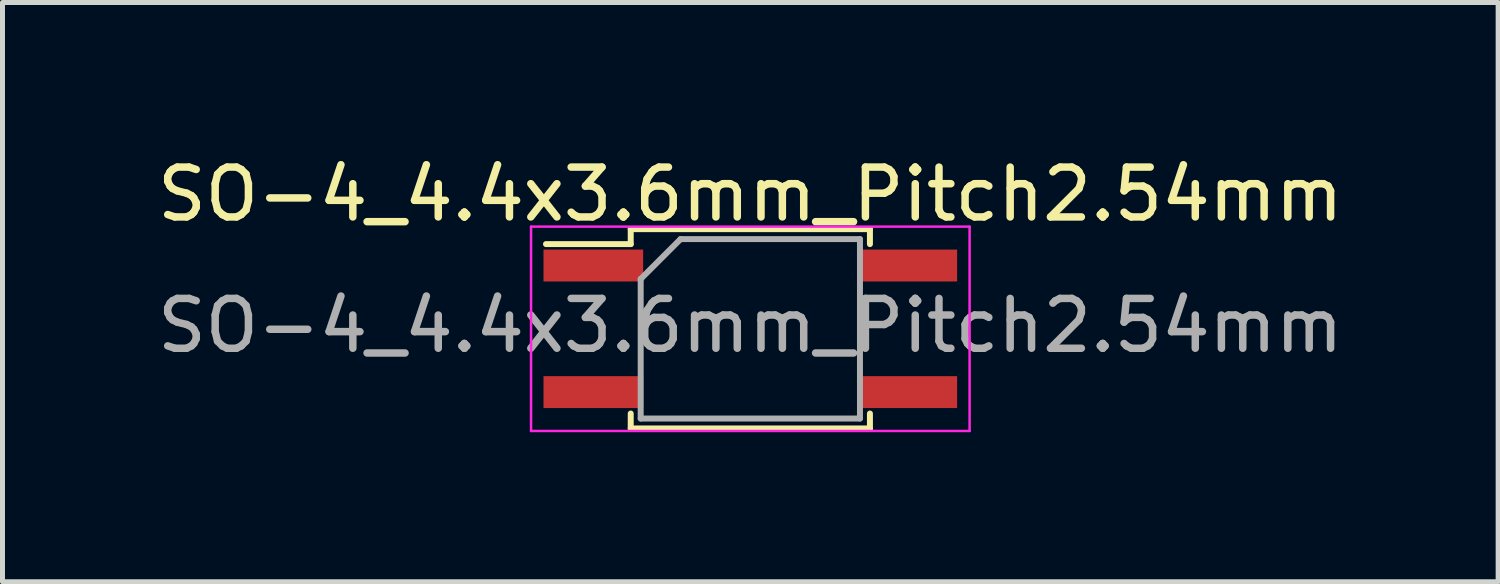
<source format=kicad_pcb>
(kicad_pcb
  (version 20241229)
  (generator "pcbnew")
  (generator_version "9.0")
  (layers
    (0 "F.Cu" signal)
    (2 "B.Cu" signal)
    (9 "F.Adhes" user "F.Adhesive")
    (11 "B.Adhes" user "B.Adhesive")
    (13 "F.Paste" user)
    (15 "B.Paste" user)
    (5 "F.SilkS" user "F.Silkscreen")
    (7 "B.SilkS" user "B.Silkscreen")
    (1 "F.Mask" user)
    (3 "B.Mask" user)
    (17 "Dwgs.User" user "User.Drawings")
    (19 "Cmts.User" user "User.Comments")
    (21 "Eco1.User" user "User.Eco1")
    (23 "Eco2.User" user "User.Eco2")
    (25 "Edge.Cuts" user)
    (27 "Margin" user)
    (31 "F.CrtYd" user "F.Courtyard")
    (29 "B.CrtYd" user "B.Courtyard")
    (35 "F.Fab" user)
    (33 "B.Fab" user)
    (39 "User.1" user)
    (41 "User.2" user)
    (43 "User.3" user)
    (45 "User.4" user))
  (footprint "SO-4_4.4x3.6mm_Pitch2.54mm"
    (layer "F.Cu")
    (at 12.006 3.548)
    (property "Reference" "SO-4_4.4x3.6mm_Pitch2.54mm" (at 0 -2.7 0) (layer "F.SilkS") (effects (font (size 1 1) (thickness 0.15))))
    (attr smd)
    (fp_line (start -2.4 -2) (end 2.4 -2) (stroke (width 0.12) (type solid)) (layer "F.SilkS"))
    (fp_line (start -2.4 -1.7) (end -4.1 -1.7) (stroke (width 0.12) (type solid)) (layer "F.SilkS"))
    (fp_line (start -2.4 -1.7) (end -2.4 -2) (stroke (width 0.12) (type solid)) (layer "F.SilkS"))
    (fp_line (start -2.4 2) (end -2.4 1.7) (stroke (width 0.12) (type solid)) (layer "F.SilkS"))
    (fp_line (start 2.4 -2) (end 2.4 -1.7) (stroke (width 0.12) (type solid)) (layer "F.SilkS"))
    (fp_line (start 2.4 1.7) (end 2.4 2) (stroke (width 0.12) (type solid)) (layer "F.SilkS"))
    (fp_line (start 2.4 2) (end -2.4 2) (stroke (width 0.12) (type solid)) (layer "F.SilkS"))
    (fp_line (start -4.4 -2.05) (end -4.4 2.05) (stroke (width 0.05) (type solid)) (layer "F.CrtYd"))
    (fp_line (start -4.4 -2.05) (end 4.4 -2.05) (stroke (width 0.05) (type solid)) (layer "F.CrtYd"))
    (fp_line (start 4.4 2.05) (end -4.4 2.05) (stroke (width 0.05) (type solid)) (layer "F.CrtYd"))
    (fp_line (start 4.4 2.05) (end 4.4 -2.05) (stroke (width 0.05) (type solid)) (layer "F.CrtYd"))
    (fp_line (start -2.2 -1) (end -1.4 -1.8) (stroke (width 0.12) (type solid)) (layer "F.Fab"))
    (fp_line (start -2.2 1.8) (end -2.2 -1) (stroke (width 0.12) (type solid)) (layer "F.Fab"))
    (fp_line (start -1.4 -1.8) (end 2.2 -1.8) (stroke (width 0.12) (type solid)) (layer "F.Fab"))
    (fp_line (start 2.2 -1.8) (end 2.2 1.8) (stroke (width 0.12) (type solid)) (layer "F.Fab"))
    (fp_line (start 2.2 1.8) (end -2.2 1.8) (stroke (width 0.12) (type solid)) (layer "F.Fab"))
    (fp_text user "${REFERENCE}" (at 0 -0.065 0) (layer "F.Fab") (effects (font (size 1 1) (thickness 0.15))))
    (pad "1" smd rect (at -3.15 -1.27) (size 2 0.64) (layers "F.Cu" "F.Mask" "F.Paste"))
    (pad "3" smd rect (at -3.15 1.27) (size 2 0.64) (layers "F.Cu" "F.Mask" "F.Paste"))
    (pad "4" smd rect (at 3.15 -1.27) (size 2 0.64) (layers "F.Cu" "F.Mask" "F.Paste"))
    (pad "6" smd rect (at 3.15 1.27) (size 2 0.64) (layers "F.Cu" "F.Mask" "F.Paste")))
  (gr_rect
    (start -3 -3)
    (end 27.012 8.623)
    (stroke (width 0.1) (type default))
    (fill no)
    (layer "Edge.Cuts")))
</source>
